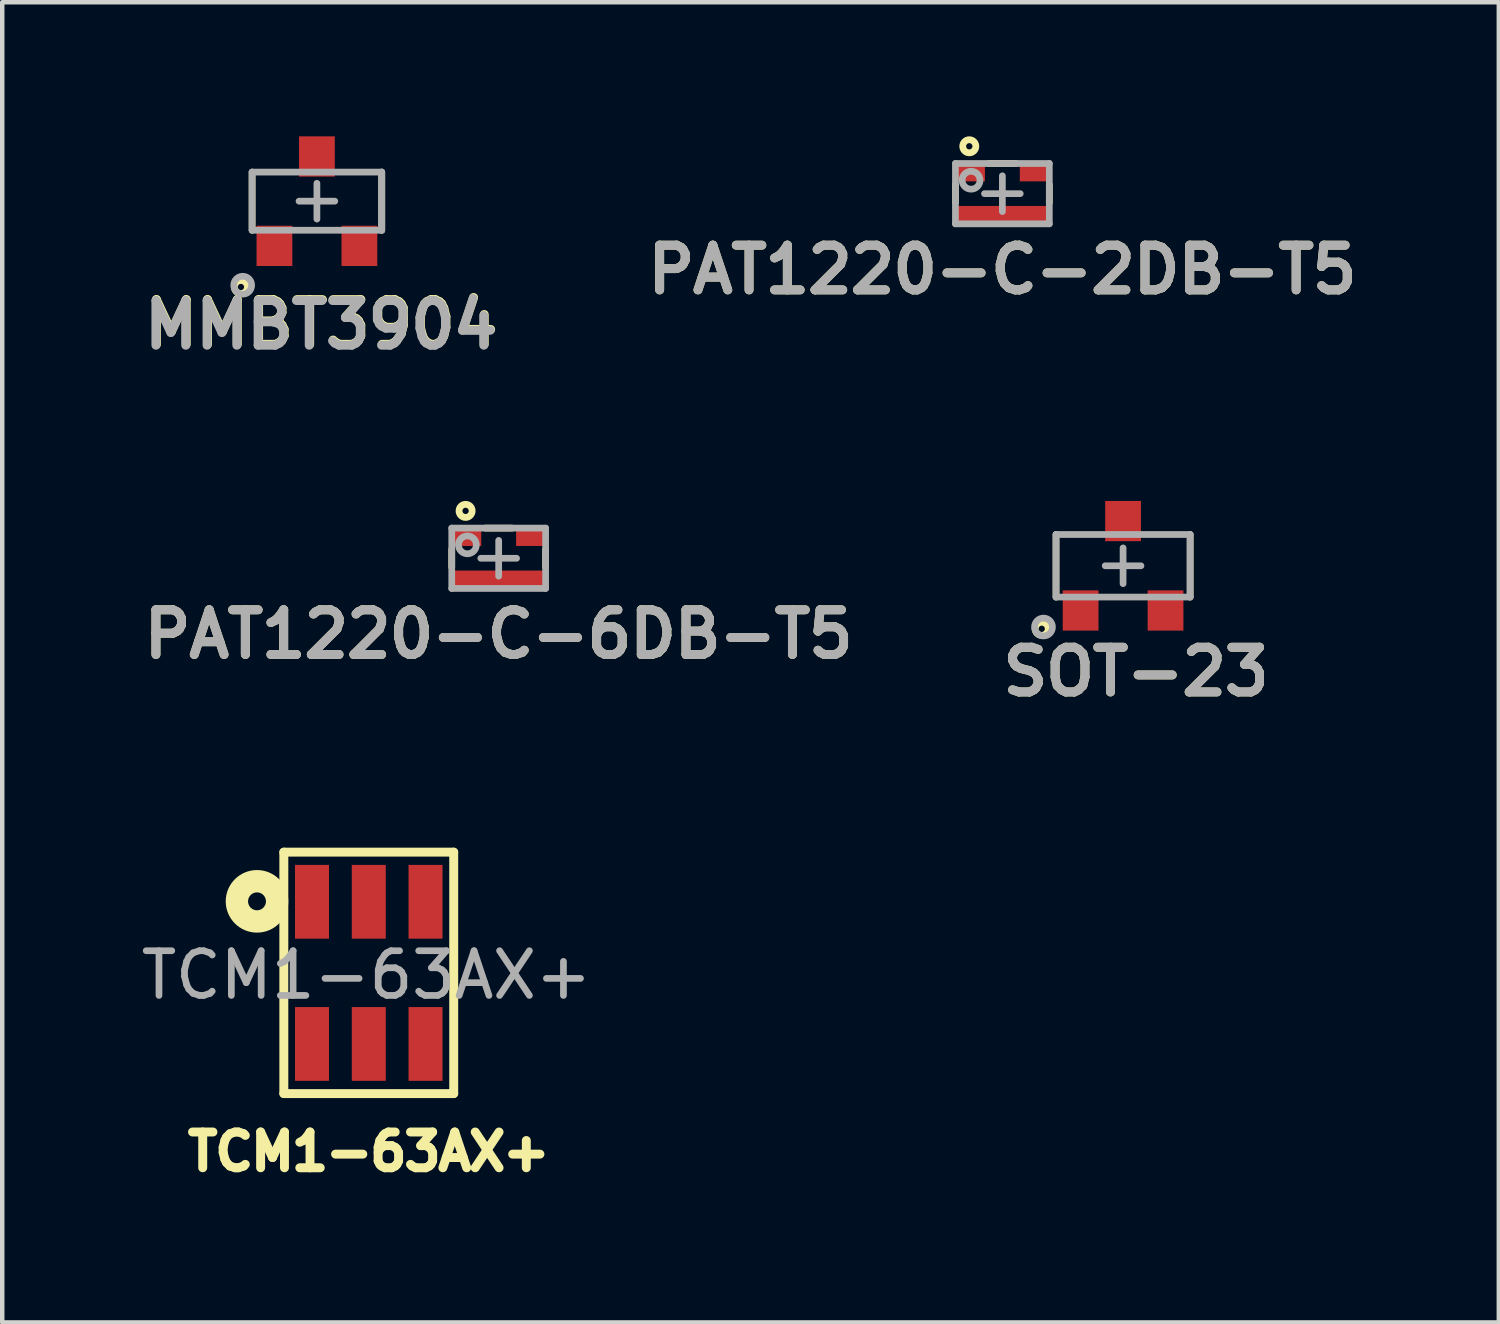
<source format=kicad_pcb>
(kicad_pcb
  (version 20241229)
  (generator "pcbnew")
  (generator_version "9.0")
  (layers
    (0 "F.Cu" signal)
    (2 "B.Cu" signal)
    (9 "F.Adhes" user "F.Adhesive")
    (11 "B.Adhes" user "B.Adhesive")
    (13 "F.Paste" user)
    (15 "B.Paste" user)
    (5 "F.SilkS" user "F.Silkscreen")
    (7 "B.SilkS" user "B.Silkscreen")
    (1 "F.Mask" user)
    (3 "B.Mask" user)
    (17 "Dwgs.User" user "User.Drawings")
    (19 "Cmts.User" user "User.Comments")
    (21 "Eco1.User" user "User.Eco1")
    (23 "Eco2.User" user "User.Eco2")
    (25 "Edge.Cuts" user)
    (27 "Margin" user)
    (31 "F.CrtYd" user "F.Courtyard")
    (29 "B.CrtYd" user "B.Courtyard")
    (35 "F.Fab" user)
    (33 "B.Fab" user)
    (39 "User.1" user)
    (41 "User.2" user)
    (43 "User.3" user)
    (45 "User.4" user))
  (footprint "TCM1-63AX+"
    (layer "F.Cu")
    (at 5.199 18.712)
    (property "Reference" "TCM1-63AX+" (at 0 4 0) (layer "F.SilkS") (effects (font (size 0.8 0.8) (thickness 0.2))))
    (attr through_hole)
    (fp_line (start -1.9 -2.7) (end -1.9 2.7) (stroke (width 0.2) (type solid)) (layer "F.SilkS"))
    (fp_line (start -1.9 -2.7) (end 1.9 -2.7) (stroke (width 0.2) (type solid)) (layer "F.SilkS"))
    (fp_line (start 1.9 -2.7) (end 1.9 2.7) (stroke (width 0.2) (type solid)) (layer "F.SilkS"))
    (fp_line (start 1.9 2.7) (end -1.9 2.7) (stroke (width 0.2) (type solid)) (layer "F.SilkS"))
    (fp_circle (center -2.5 -1.6) (end -2.3 -1.6) (stroke (width 0.5) (type solid)) (fill no) (layer "F.SilkS"))
    (fp_text user "${REFERENCE}" (at -0.05 0.05 0) (layer "F.Fab") (effects (font (size 1 1) (thickness 0.15))))
    (pad "1" smd rect (at -1.27 -1.59) (size 0.76 1.65) (layers "F.Cu" "F.Mask" "F.Paste"))
    (pad "2" smd rect (at 0 -1.59) (size 0.76 1.65) (layers "F.Cu" "F.Mask" "F.Paste"))
    (pad "3" smd rect (at 1.27 -1.59) (size 0.76 1.65) (layers "F.Cu" "F.Mask" "F.Paste"))
    (pad "4" smd rect (at 1.27 1.59) (size 0.76 1.65) (layers "F.Cu" "F.Mask" "F.Paste"))
    (pad "5" smd rect (at 0 1.59) (size 0.76 1.65) (layers "F.Cu" "F.Mask" "F.Paste"))
    (pad "6" smd rect (at -1.27 1.59) (size 0.76 1.65) (layers "F.Cu" "F.Mask" "F.Paste")))
  (footprint "SOT-23"
    (layer "F.Cu")
    (at 22.072 9.606)
    (property "Reference" "SOT-23" (at 0.29 2.37 0) (layer "F.SilkS") (effects (font (size 1 1) (thickness 0.2))))
    (attr through_hole)
    (fp_line (start -1.5 0.7) (end -1.5 -0.7) (stroke (width 0.15) (type solid)) (layer "F.SilkS"))
    (fp_line (start 1.5 0.7) (end 1.5 -0.7) (stroke (width 0.15) (type solid)) (layer "F.SilkS"))
    (fp_circle (center -1.82 1.41) (end -1.713 1.51) (stroke (width 0.152) (type solid)) (fill no) (layer "F.SilkS"))
    (fp_line (start -1.5 -0.7) (end -1.5 0.7) (stroke (width 0.15) (type solid)) (layer "F.Fab"))
    (fp_line (start -1.5 -0.7) (end 1.5 -0.7) (stroke (width 0.15) (type solid)) (layer "F.Fab"))
    (fp_line (start -1.5 0.7) (end 1.5 0.7) (stroke (width 0.15) (type solid)) (layer "F.Fab"))
    (fp_line (start -0.4 0) (end 0.4 0) (stroke (width 0.15) (type solid)) (layer "F.Fab"))
    (fp_line (start 0 -0.4) (end 0 0.4) (stroke (width 0.15) (type solid)) (layer "F.Fab"))
    (fp_line (start 1.5 -0.7) (end 1.5 0.7) (stroke (width 0.15) (type solid)) (layer "F.Fab"))
    (fp_circle (center -1.78 1.37) (end -1.58 1.37) (stroke (width 0.15) (type solid)) (fill no) (layer "F.Fab"))
    (fp_text user "${REFERENCE}" (at 0.29 2.37 0) (layer "F.Fab") (effects (font (size 1 1) (thickness 0.2))))
    (pad "1" smd rect (at -0.95 1) (size 0.8 0.9) (layers "F.Cu" "F.Mask" "F.Paste"))
    (pad "2" smd rect (at 0.95 1) (size 0.8 0.9) (layers "F.Cu" "F.Mask" "F.Paste"))
    (pad "3" smd rect (at 0 -1) (size 0.8 0.9) (layers "F.Cu" "F.Mask" "F.Paste")))
  (footprint "PAT1220-C-2DB-T5"
    (layer "F.Cu")
    (at 19.372 1.282)
    (property "Reference" "PAT1220-C-2DB-T5" (at 0 1.7 0) (layer "F.SilkS") (effects (font (size 1 1) (thickness 0.2))))
    (attr through_hole)
    (fp_line (start -1.05 0.2) (end -1.05 -0.2) (stroke (width 0.15) (type solid)) (layer "F.SilkS"))
    (fp_line (start -0.3 -0.675) (end 0.3 -0.675) (stroke (width 0.15) (type solid)) (layer "F.SilkS"))
    (fp_line (start 1.05 0.2) (end 1.05 -0.2) (stroke (width 0.15) (type solid)) (layer "F.SilkS"))
    (fp_circle (center -0.74 -1.06) (end -0.633 -0.96) (stroke (width 0.152) (type solid)) (fill no) (layer "F.SilkS"))
    (fp_line (start -1.05 -0.675) (end -1.05 0.675) (stroke (width 0.15) (type solid)) (layer "F.Fab"))
    (fp_line (start -0.4 0) (end 0.4 0) (stroke (width 0.15) (type solid)) (layer "F.Fab"))
    (fp_line (start 0 -0.4) (end 0 0.4) (stroke (width 0.15) (type solid)) (layer "F.Fab"))
    (fp_line (start 1.05 -0.675) (end -1.05 -0.675) (stroke (width 0.15) (type solid)) (layer "F.Fab"))
    (fp_line (start 1.05 -0.675) (end 1.05 0.675) (stroke (width 0.15) (type solid)) (layer "F.Fab"))
    (fp_line (start 1.05 0.675) (end -1.05 0.675) (stroke (width 0.15) (type solid)) (layer "F.Fab"))
    (fp_circle (center -0.7 -0.3) (end -0.5 -0.3) (stroke (width 0.15) (type solid)) (fill no) (layer "F.Fab"))
    (fp_text user "${REFERENCE}" (at 0 1.7 0) (layer "F.Fab") (effects (font (size 1 1) (thickness 0.2))))
    (pad "1" smd rect (at -0.74 -0.475) (size 0.7 0.4) (layers "F.Cu" "F.Mask" "F.Paste"))
    (pad "2" smd rect (at 0.74 -0.475) (size 0.7 0.4) (layers "F.Cu" "F.Mask" "F.Paste"))
    (pad "3" smd rect (at 0 0.475) (size 2.1 0.4) (layers "F.Cu" "F.Mask" "F.Paste")))
  (footprint "MMBT3904"
    (layer "F.Cu")
    (at 4.039 1.45)
    (property "Reference" "MMBT3904" (at 0.1 2.75 0) (layer "F.SilkS") (effects (font (size 1 1) (thickness 0.2))))
    (attr through_hole)
    (fp_line (start -1.45 -0.65) (end -1.45 0.65) (stroke (width 0.15) (type solid)) (layer "F.SilkS"))
    (fp_line (start 1.45 -0.65) (end 1.45 0.65) (stroke (width 0.15) (type solid)) (layer "F.SilkS"))
    (fp_circle (center -1.7 1.92) (end -1.593 2.02) (stroke (width 0.152) (type solid)) (fill no) (layer "F.SilkS"))
    (fp_line (start -1.45 -0.65) (end -1.45 0.65) (stroke (width 0.15) (type solid)) (layer "F.Fab"))
    (fp_line (start -1.45 -0.65) (end 1.45 -0.65) (stroke (width 0.15) (type solid)) (layer "F.Fab"))
    (fp_line (start -1.45 0.65) (end 1.45 0.65) (stroke (width 0.15) (type solid)) (layer "F.Fab"))
    (fp_line (start -0.4 0) (end 0.4 0) (stroke (width 0.15) (type solid)) (layer "F.Fab"))
    (fp_line (start 0 -0.4) (end 0 0.4) (stroke (width 0.15) (type solid)) (layer "F.Fab"))
    (fp_line (start 1.45 -0.65) (end 1.45 0.65) (stroke (width 0.15) (type solid)) (layer "F.Fab"))
    (fp_line (start 1.45 -0.65) (end 1.45 0.65) (stroke (width 0.15) (type solid)) (layer "F.Fab"))
    (fp_circle (center -1.66 1.88) (end -1.46 1.88) (stroke (width 0.15) (type solid)) (fill no) (layer "F.Fab"))
    (fp_text user "${REFERENCE}" (at 0.09 2.77 0) (layer "F.Fab") (effects (font (size 1 1) (thickness 0.2))))
    (pad "1" smd rect (at -0.95 1) (size 0.8 0.9) (layers "F.Cu" "F.Mask" "F.Paste"))
    (pad "2" smd rect (at 0.95 1) (size 0.8 0.9) (layers "F.Cu" "F.Mask" "F.Paste"))
    (pad "3" smd rect (at 0 -1) (size 0.8 0.9) (layers "F.Cu" "F.Mask" "F.Paste")))
  (footprint "PAT1220-C-6DB-T5"
    (layer "F.Cu")
    (at 8.105 9.438)
    (property "Reference" "PAT1220-C-6DB-T5" (at 0 1.7 0) (layer "F.SilkS") (effects (font (size 1 1) (thickness 0.2))))
    (attr through_hole)
    (fp_line (start -1.05 0.2) (end -1.05 -0.2) (stroke (width 0.15) (type solid)) (layer "F.SilkS"))
    (fp_line (start -0.3 -0.675) (end 0.3 -0.675) (stroke (width 0.15) (type solid)) (layer "F.SilkS"))
    (fp_line (start 1.05 0.2) (end 1.05 -0.2) (stroke (width 0.15) (type solid)) (layer "F.SilkS"))
    (fp_circle (center -0.74 -1.06) (end -0.633 -0.96) (stroke (width 0.152) (type solid)) (fill no) (layer "F.SilkS"))
    (fp_line (start -1.05 -0.675) (end -1.05 0.675) (stroke (width 0.15) (type solid)) (layer "F.Fab"))
    (fp_line (start -0.4 0) (end 0.4 0) (stroke (width 0.15) (type solid)) (layer "F.Fab"))
    (fp_line (start 0 -0.4) (end 0 0.4) (stroke (width 0.15) (type solid)) (layer "F.Fab"))
    (fp_line (start 1.05 -0.675) (end -1.05 -0.675) (stroke (width 0.15) (type solid)) (layer "F.Fab"))
    (fp_line (start 1.05 -0.675) (end 1.05 0.675) (stroke (width 0.15) (type solid)) (layer "F.Fab"))
    (fp_line (start 1.05 0.675) (end -1.05 0.675) (stroke (width 0.15) (type solid)) (layer "F.Fab"))
    (fp_circle (center -0.7 -0.3) (end -0.5 -0.3) (stroke (width 0.15) (type solid)) (fill no) (layer "F.Fab"))
    (fp_text user "${REFERENCE}" (at 0 1.7 0) (layer "F.Fab") (effects (font (size 1 1) (thickness 0.2))))
    (pad "1" smd rect (at -0.74 -0.475) (size 0.7 0.4) (layers "F.Cu" "F.Mask" "F.Paste"))
    (pad "2" smd rect (at 0.74 -0.475) (size 0.7 0.4) (layers "F.Cu" "F.Mask" "F.Paste"))
    (pad "3" smd rect (at 0 0.475) (size 2.1 0.4) (layers "F.Cu" "F.Mask" "F.Paste")))
  (gr_rect
    (start -3 -3)
    (end 30.477 26.531)
    (stroke (width 0.1) (type default))
    (fill no)
    (layer "Edge.Cuts")))
</source>
